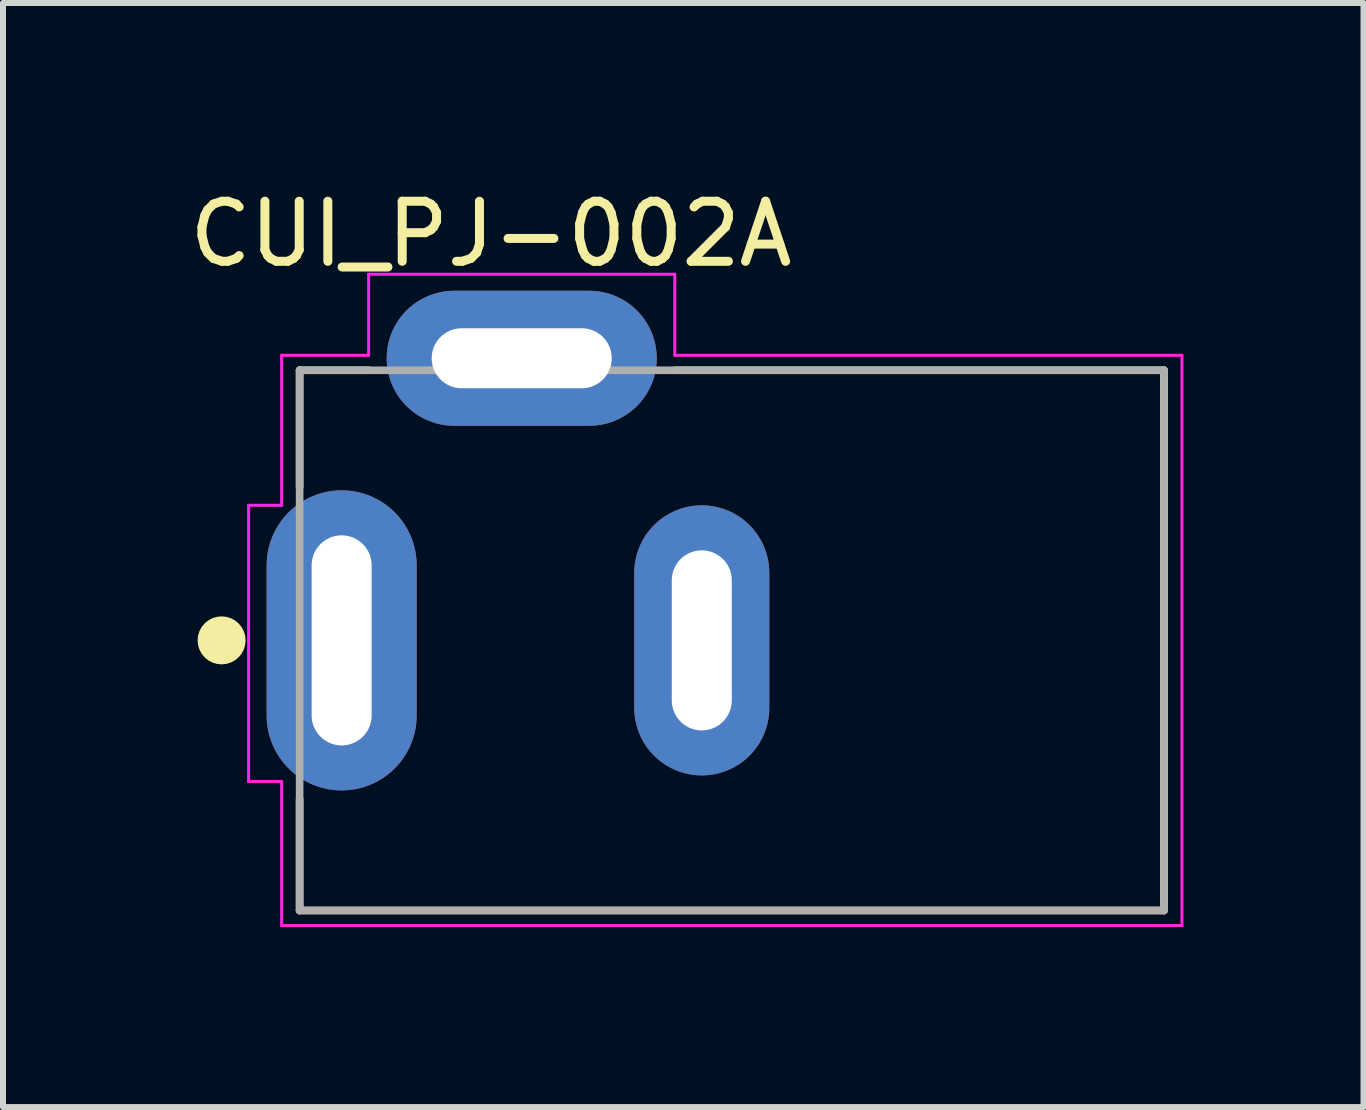
<source format=kicad_pcb>
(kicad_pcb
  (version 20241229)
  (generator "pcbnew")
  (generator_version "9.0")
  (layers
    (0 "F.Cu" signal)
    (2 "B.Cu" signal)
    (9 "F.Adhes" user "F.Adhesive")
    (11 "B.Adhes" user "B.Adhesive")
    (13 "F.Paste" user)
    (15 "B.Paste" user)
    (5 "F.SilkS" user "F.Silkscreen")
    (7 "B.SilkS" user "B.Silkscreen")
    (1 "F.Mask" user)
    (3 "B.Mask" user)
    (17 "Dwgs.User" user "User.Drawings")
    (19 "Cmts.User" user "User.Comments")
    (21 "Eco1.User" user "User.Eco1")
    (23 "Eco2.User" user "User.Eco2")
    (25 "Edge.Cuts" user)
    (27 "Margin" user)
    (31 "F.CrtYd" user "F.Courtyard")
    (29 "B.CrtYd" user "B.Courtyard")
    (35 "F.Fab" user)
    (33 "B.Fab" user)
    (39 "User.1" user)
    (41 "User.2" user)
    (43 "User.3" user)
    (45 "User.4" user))
  (footprint "CUI_PJ-002A"
    (layer "F.Cu")
    (at 2.642 7.619)
    (property "Reference" "CUI_PJ-002A" (at 2.487 -6.771 0) (layer "F.SilkS") (effects (font (size 1.001 1.001) (thickness 0.15))))
    (attr through_hole)
    (fp_line (start -0.7 -4.5) (end 0.45 -4.5) (stroke (width 0.127) (type solid)) (layer "F.SilkS"))
    (fp_line (start -0.7 -2.55) (end -0.7 -4.5) (stroke (width 0.127) (type solid)) (layer "F.SilkS"))
    (fp_line (start -0.7 4.5) (end -0.7 2.65) (stroke (width 0.127) (type solid)) (layer "F.SilkS"))
    (fp_line (start 5.55 -4.5) (end 13.7 -4.5) (stroke (width 0.127) (type solid)) (layer "F.SilkS"))
    (fp_line (start 13.7 -4.5) (end 13.7 4.5) (stroke (width 0.127) (type solid)) (layer "F.SilkS"))
    (fp_line (start 13.7 4.5) (end -0.7 4.5) (stroke (width 0.127) (type solid)) (layer "F.SilkS"))
    (fp_circle (center -2 0) (end -1.8 0) (stroke (width 0.4) (type solid)) (fill no) (layer "F.SilkS"))
    (fp_line (start -1.55 -2.25) (end -1.55 2.35) (stroke (width 0.05) (type solid)) (layer "F.CrtYd"))
    (fp_line (start -1.55 2.35) (end -1 2.35) (stroke (width 0.05) (type solid)) (layer "F.CrtYd"))
    (fp_line (start -1 -4.75) (end 0.45 -4.75) (stroke (width 0.05) (type solid)) (layer "F.CrtYd"))
    (fp_line (start -1 -2.25) (end -1.55 -2.25) (stroke (width 0.05) (type solid)) (layer "F.CrtYd"))
    (fp_line (start -1 -2.25) (end -1 -4.75) (stroke (width 0.05) (type solid)) (layer "F.CrtYd"))
    (fp_line (start -1 4.75) (end -1 2.35) (stroke (width 0.05) (type solid)) (layer "F.CrtYd"))
    (fp_line (start 0.45 -6.1) (end 5.55 -6.1) (stroke (width 0.05) (type solid)) (layer "F.CrtYd"))
    (fp_line (start 0.45 -4.75) (end 0.45 -6.1) (stroke (width 0.05) (type solid)) (layer "F.CrtYd"))
    (fp_line (start 5.55 -6.1) (end 5.55 -4.75) (stroke (width 0.05) (type solid)) (layer "F.CrtYd"))
    (fp_line (start 5.55 -4.75) (end 14 -4.75) (stroke (width 0.05) (type solid)) (layer "F.CrtYd"))
    (fp_line (start 14 -4.75) (end 14 4.75) (stroke (width 0.05) (type solid)) (layer "F.CrtYd"))
    (fp_line (start 14 4.75) (end -1 4.75) (stroke (width 0.05) (type solid)) (layer "F.CrtYd"))
    (fp_line (start -0.7 -4.5) (end 13.7 -4.5) (stroke (width 0.127) (type solid)) (layer "F.Fab"))
    (fp_line (start -0.7 4.5) (end -0.7 -4.5) (stroke (width 0.127) (type solid)) (layer "F.Fab"))
    (fp_line (start 13.7 -4.5) (end 13.7 4.5) (stroke (width 0.127) (type solid)) (layer "F.Fab"))
    (fp_line (start 13.7 4.5) (end -0.7 4.5) (stroke (width 0.127) (type solid)) (layer "F.Fab"))
    (pad "1" thru_hole oval (at 0 0) (size 2.5 5) (drill oval 1 3.5) (layers "*.Cu" "*.Mask"))
    (pad "2" thru_hole oval (at 6 0) (size 2.25 4.5) (drill oval 1 3) (layers "*.Cu" "*.Mask"))
    (pad "3" thru_hole oval (at 3 -4.7) (size 4.5 2.25) (drill oval 3 1) (layers "*.Cu" "*.Mask")))
  (gr_rect
    (start -3 -3)
    (end 19.667 15.394)
    (stroke (width 0.1) (type default))
    (fill no)
    (layer "Edge.Cuts")))
</source>
